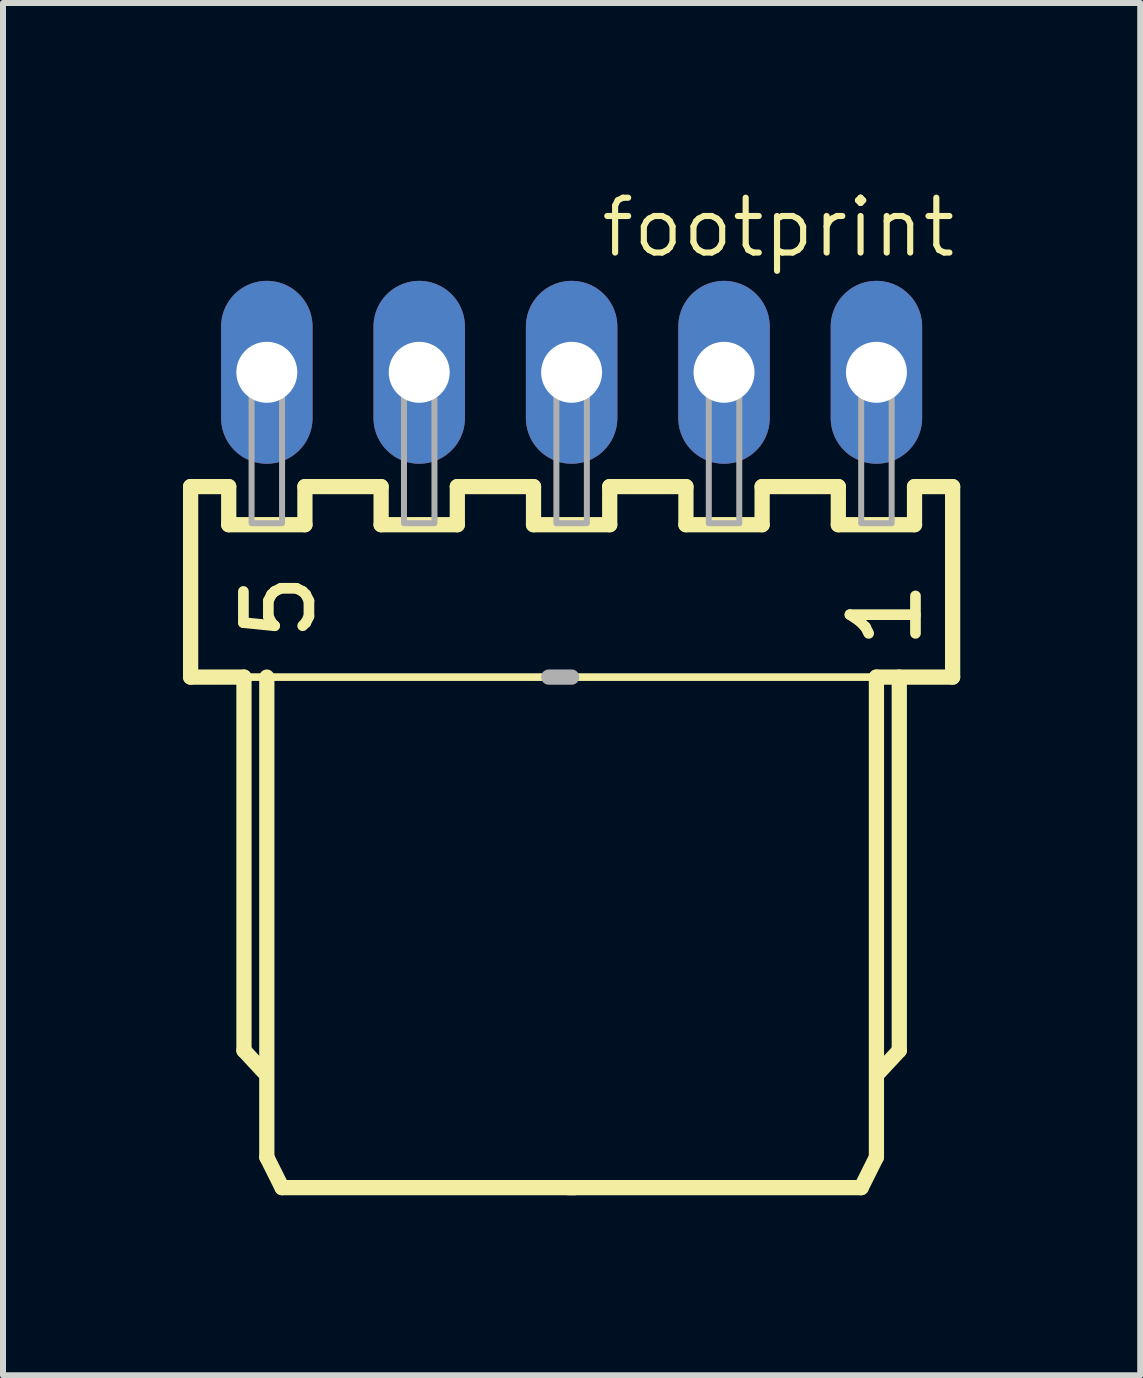
<source format=kicad_pcb>
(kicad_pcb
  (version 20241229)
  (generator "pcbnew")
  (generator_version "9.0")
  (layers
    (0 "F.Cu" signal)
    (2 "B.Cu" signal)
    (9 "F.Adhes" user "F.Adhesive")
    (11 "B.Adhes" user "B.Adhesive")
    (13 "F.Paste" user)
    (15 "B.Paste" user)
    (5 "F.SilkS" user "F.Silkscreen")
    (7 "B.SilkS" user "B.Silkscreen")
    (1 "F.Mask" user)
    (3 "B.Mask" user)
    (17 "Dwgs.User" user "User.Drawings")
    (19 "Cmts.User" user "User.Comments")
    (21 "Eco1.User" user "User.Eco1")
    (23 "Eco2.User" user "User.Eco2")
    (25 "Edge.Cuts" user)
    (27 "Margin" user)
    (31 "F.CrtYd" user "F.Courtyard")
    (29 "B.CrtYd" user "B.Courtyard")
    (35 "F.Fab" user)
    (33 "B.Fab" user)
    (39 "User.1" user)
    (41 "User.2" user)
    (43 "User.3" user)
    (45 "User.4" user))
  (footprint "footprint"
    (layer "F.Cu")
    (at 6.477 3.155)
    (property "Reference" "footprint" (at 6.45 -2.948 0) (layer "F.SilkS") (effects (font (size 0.914 0.914) (thickness 0.102)) (justify right top)))
    (fp_line (start -6.35 1.905) (end -6.35 5.08) (stroke (width 0.254) (type solid)) (layer "F.SilkS"))
    (fp_line (start -6.35 5.08) (end -5.461 5.08) (stroke (width 0.254) (type solid)) (layer "F.SilkS"))
    (fp_line (start -5.715 1.905) (end -6.35 1.905) (stroke (width 0.254) (type solid)) (layer "F.SilkS"))
    (fp_line (start -5.715 2.54) (end -5.715 1.905) (stroke (width 0.254) (type solid)) (layer "F.SilkS"))
    (fp_line (start -5.461 5.08) (end -5.461 11.303) (stroke (width 0.254) (type solid)) (layer "F.SilkS"))
    (fp_line (start -5.461 5.08) (end 5.08 5.08) (stroke (width 0.127) (type solid)) (layer "F.SilkS"))
    (fp_line (start -5.461 11.303) (end -5.131 11.659) (stroke (width 0.254) (type solid)) (layer "F.SilkS"))
    (fp_line (start -5.08 5.08) (end -5.08 13.081) (stroke (width 0.254) (type solid)) (layer "F.SilkS"))
    (fp_line (start -5.08 13.081) (end -4.826 13.589) (stroke (width 0.254) (type solid)) (layer "F.SilkS"))
    (fp_line (start -4.826 13.589) (end 0.051 13.589) (stroke (width 0.254) (type solid)) (layer "F.SilkS"))
    (fp_line (start -4.445 1.905) (end -4.445 2.54) (stroke (width 0.254) (type solid)) (layer "F.SilkS"))
    (fp_line (start -4.445 2.54) (end -5.715 2.54) (stroke (width 0.254) (type solid)) (layer "F.SilkS"))
    (fp_line (start -3.175 1.905) (end -4.445 1.905) (stroke (width 0.254) (type solid)) (layer "F.SilkS"))
    (fp_line (start -3.175 2.54) (end -3.175 1.905) (stroke (width 0.254) (type solid)) (layer "F.SilkS"))
    (fp_line (start -1.905 1.905) (end -1.905 2.54) (stroke (width 0.254) (type solid)) (layer "F.SilkS"))
    (fp_line (start -1.905 2.54) (end -3.175 2.54) (stroke (width 0.254) (type solid)) (layer "F.SilkS"))
    (fp_line (start -0.635 1.905) (end -1.905 1.905) (stroke (width 0.254) (type solid)) (layer "F.SilkS"))
    (fp_line (start -0.635 2.54) (end -0.635 1.905) (stroke (width 0.254) (type solid)) (layer "F.SilkS"))
    (fp_line (start 0.635 1.905) (end 0.635 2.54) (stroke (width 0.254) (type solid)) (layer "F.SilkS"))
    (fp_line (start 0.635 2.54) (end -0.635 2.54) (stroke (width 0.254) (type solid)) (layer "F.SilkS"))
    (fp_line (start 1.905 1.905) (end 0.635 1.905) (stroke (width 0.254) (type solid)) (layer "F.SilkS"))
    (fp_line (start 1.905 2.54) (end 1.905 1.905) (stroke (width 0.254) (type solid)) (layer "F.SilkS"))
    (fp_line (start 3.175 1.905) (end 3.175 2.54) (stroke (width 0.254) (type solid)) (layer "F.SilkS"))
    (fp_line (start 3.175 2.54) (end 1.905 2.54) (stroke (width 0.254) (type solid)) (layer "F.SilkS"))
    (fp_line (start 4.445 1.905) (end 3.175 1.905) (stroke (width 0.254) (type solid)) (layer "F.SilkS"))
    (fp_line (start 4.445 2.54) (end 4.445 1.905) (stroke (width 0.254) (type solid)) (layer "F.SilkS"))
    (fp_line (start 4.826 13.589) (end -0.051 13.589) (stroke (width 0.254) (type solid)) (layer "F.SilkS"))
    (fp_line (start 5.08 5.08) (end 5.08 13.081) (stroke (width 0.254) (type solid)) (layer "F.SilkS"))
    (fp_line (start 5.08 5.08) (end 6.35 5.08) (stroke (width 0.254) (type solid)) (layer "F.SilkS"))
    (fp_line (start 5.08 13.081) (end 4.826 13.589) (stroke (width 0.254) (type solid)) (layer "F.SilkS"))
    (fp_line (start 5.461 5.08) (end 5.461 11.303) (stroke (width 0.254) (type solid)) (layer "F.SilkS"))
    (fp_line (start 5.461 11.303) (end 5.131 11.659) (stroke (width 0.254) (type solid)) (layer "F.SilkS"))
    (fp_line (start 5.715 1.905) (end 5.715 2.54) (stroke (width 0.254) (type solid)) (layer "F.SilkS"))
    (fp_line (start 5.715 2.54) (end 4.445 2.54) (stroke (width 0.254) (type solid)) (layer "F.SilkS"))
    (fp_line (start 6.35 1.905) (end 5.715 1.905) (stroke (width 0.254) (type solid)) (layer "F.SilkS"))
    (fp_line (start 6.35 5.08) (end 6.35 1.905) (stroke (width 0.254) (type solid)) (layer "F.SilkS"))
    (fp_line (start 0 5.08) (end -0.381 5.08) (stroke (width 0.254) (type solid)) (layer "F.Fab"))
    (fp_poly (pts (xy -5.334 0.254) (xy -4.826 0.254) (xy -4.826 -0.254) (xy -5.334 -0.254)) (stroke (width 0.1) (type solid)) (fill no) (layer "F.Fab"))
    (fp_poly (pts (xy -5.334 2.515) (xy -4.826 2.515) (xy -4.826 0.279) (xy -5.334 0.279)) (stroke (width 0.1) (type solid)) (fill no) (layer "F.Fab"))
    (fp_poly (pts (xy -2.794 0.254) (xy -2.286 0.254) (xy -2.286 -0.254) (xy -2.794 -0.254)) (stroke (width 0.1) (type solid)) (fill no) (layer "F.Fab"))
    (fp_poly (pts (xy -2.794 2.515) (xy -2.286 2.515) (xy -2.286 0.279) (xy -2.794 0.279)) (stroke (width 0.1) (type solid)) (fill no) (layer "F.Fab"))
    (fp_poly (pts (xy -0.254 0.254) (xy 0.254 0.254) (xy 0.254 -0.254) (xy -0.254 -0.254)) (stroke (width 0.1) (type solid)) (fill no) (layer "F.Fab"))
    (fp_poly (pts (xy -0.254 2.515) (xy 0.254 2.515) (xy 0.254 0.279) (xy -0.254 0.279)) (stroke (width 0.1) (type solid)) (fill no) (layer "F.Fab"))
    (fp_poly (pts (xy 2.286 0.254) (xy 2.794 0.254) (xy 2.794 -0.254) (xy 2.286 -0.254)) (stroke (width 0.1) (type solid)) (fill no) (layer "F.Fab"))
    (fp_poly (pts (xy 2.286 2.515) (xy 2.794 2.515) (xy 2.794 0.279) (xy 2.286 0.279)) (stroke (width 0.1) (type solid)) (fill no) (layer "F.Fab"))
    (fp_poly (pts (xy 4.826 0.254) (xy 5.334 0.254) (xy 5.334 -0.254) (xy 4.826 -0.254)) (stroke (width 0.1) (type solid)) (fill no) (layer "F.Fab"))
    (fp_poly (pts (xy 4.826 2.515) (xy 5.334 2.515) (xy 5.334 0.279) (xy 4.826 0.279)) (stroke (width 0.1) (type solid)) (fill no) (layer "F.Fab"))
    (fp_text user "5" (at -5.513 3.275 90) (layer "F.SilkS") (effects (font (size 1.092 1.092) (thickness 0.178)) (justify right top)))
    (fp_text user "1" (at 4.596 3.402 90) (layer "F.SilkS") (effects (font (size 1.092 1.092) (thickness 0.178)) (justify right top)))
    (pad "1" thru_hole oval (at 5.08 0 90) (size 3.048 1.524) (drill 1.016) (layers "*.Cu" "*.Mask"))
    (pad "2" thru_hole oval (at 2.54 0 90) (size 3.048 1.524) (drill 1.016) (layers "*.Cu" "*.Mask"))
    (pad "3" thru_hole oval (at 0 0 90) (size 3.048 1.524) (drill 1.016) (layers "*.Cu" "*.Mask"))
    (pad "4" thru_hole oval (at -2.54 0 90) (size 3.048 1.524) (drill 1.016) (layers "*.Cu" "*.Mask"))
    (pad "5" thru_hole oval (at -5.08 0 90) (size 3.048 1.524) (drill 1.016) (layers "*.Cu" "*.Mask")))
  (gr_rect
    (start -3 -3)
    (end 15.954 19.871)
    (stroke (width 0.1) (type default))
    (fill no)
    (layer "Edge.Cuts")))
</source>
